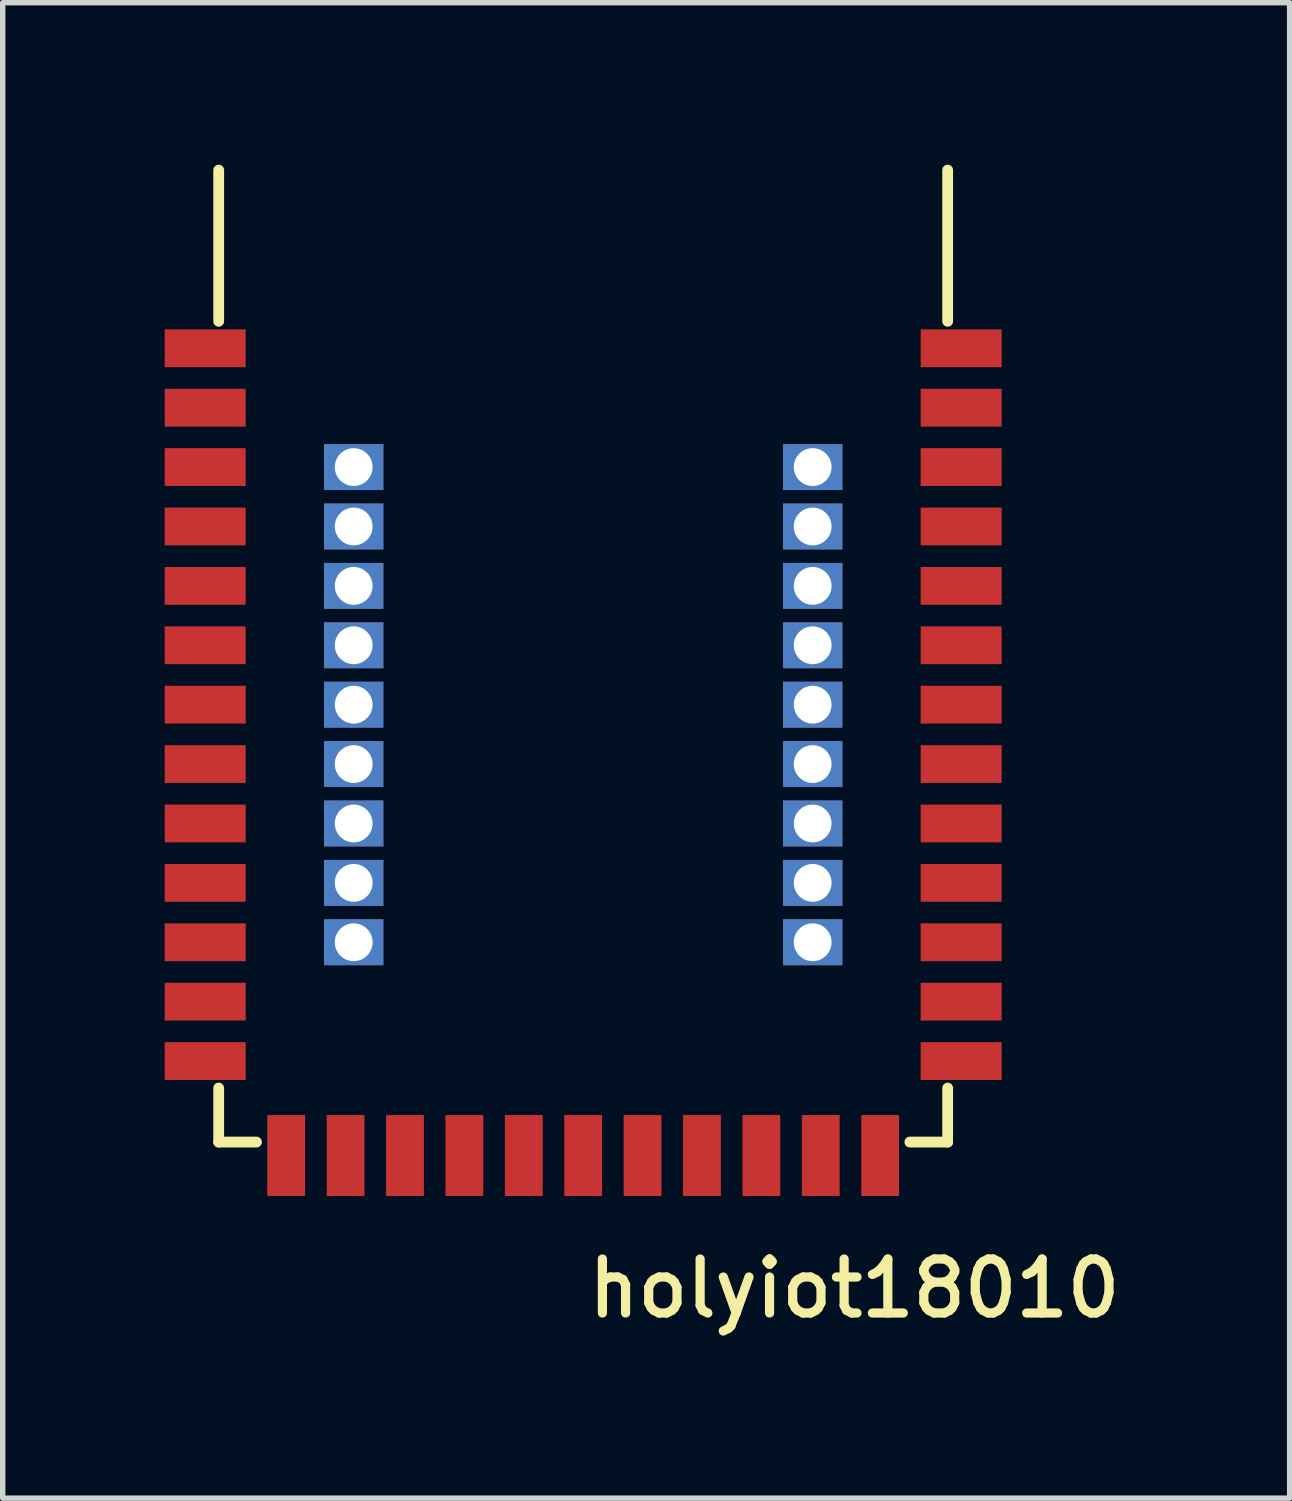
<source format=kicad_pcb>
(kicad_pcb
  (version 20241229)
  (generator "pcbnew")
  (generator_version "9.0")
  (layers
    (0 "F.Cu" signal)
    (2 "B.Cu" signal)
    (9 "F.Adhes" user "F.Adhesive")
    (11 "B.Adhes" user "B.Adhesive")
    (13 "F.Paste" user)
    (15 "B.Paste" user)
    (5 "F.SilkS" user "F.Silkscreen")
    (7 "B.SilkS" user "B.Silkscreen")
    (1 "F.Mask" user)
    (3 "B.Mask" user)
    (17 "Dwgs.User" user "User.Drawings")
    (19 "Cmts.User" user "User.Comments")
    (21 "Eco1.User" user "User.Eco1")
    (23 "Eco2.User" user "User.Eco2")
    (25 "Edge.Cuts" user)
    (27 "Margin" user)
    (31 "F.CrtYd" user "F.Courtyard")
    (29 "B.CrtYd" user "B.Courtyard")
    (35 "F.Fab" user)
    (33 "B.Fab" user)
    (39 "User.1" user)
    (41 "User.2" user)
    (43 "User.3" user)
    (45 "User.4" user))
  (footprint "holyiot18010"
    (layer "F.Cu")
    (at 14.5 3.4)
    (property "Reference" "holyiot18010" (at -1.727 17.412 0) (layer "F.SilkS") (effects (font (size 1 1) (thickness 0.17))))
    (attr through_hole)
    (fp_line (start -13.5 -0.5) (end -13.5 -3.3) (stroke (width 0.2) (type solid)) (layer "F.SilkS"))
    (fp_line (start -13.5 14.7) (end -13.5 13.7) (stroke (width 0.2) (type solid)) (layer "F.SilkS"))
    (fp_line (start -12.8 14.7) (end -13.5 14.7) (stroke (width 0.2) (type solid)) (layer "F.SilkS"))
    (fp_line (start -0.7 14.7) (end 0 14.7) (stroke (width 0.2) (type solid)) (layer "F.SilkS"))
    (fp_line (start 0 -0.5) (end 0 -3.3) (stroke (width 0.2) (type solid)) (layer "F.SilkS"))
    (fp_line (start 0 14.7) (end 0 13.7) (stroke (width 0.2) (type solid)) (layer "F.SilkS"))
    (pad "1" smd rect (at -13.5 0) (size 1.5 0.7) (drill (offset -0.25 0)) (layers "F.Cu" "F.Mask" "F.Paste"))
    (pad "1" smd rect (at 0 0) (size 1.5 0.7) (drill (offset 0.25 0)) (layers "F.Cu" "F.Mask" "F.Paste"))
    (pad "1" smd rect (at 0 13.2) (size 1.5 0.7) (drill (offset 0.25 0)) (layers "F.Cu" "F.Mask" "F.Paste"))
    (pad "2" smd rect (at -13.5 1.1) (size 1.5 0.7) (drill (offset -0.25 0)) (layers "F.Cu" "F.Mask" "F.Paste"))
    (pad "3" smd rect (at -13.5 2.2) (size 1.5 0.7) (drill (offset -0.25 0)) (layers "F.Cu" "F.Mask" "F.Paste"))
    (pad "4" smd rect (at -13.5 3.3) (size 1.5 0.7) (drill (offset -0.25 0)) (layers "F.Cu" "F.Mask" "F.Paste"))
    (pad "5" smd rect (at -13.5 4.4) (size 1.5 0.7) (drill (offset -0.25 0)) (layers "F.Cu" "F.Mask" "F.Paste"))
    (pad "6" smd rect (at -13.5 5.5) (size 1.5 0.7) (drill (offset -0.25 0)) (layers "F.Cu" "F.Mask" "F.Paste"))
    (pad "7" smd rect (at -13.5 6.6) (size 1.5 0.7) (drill (offset -0.25 0)) (layers "F.Cu" "F.Mask" "F.Paste"))
    (pad "8" smd rect (at -13.5 7.7) (size 1.5 0.7) (drill (offset -0.25 0)) (layers "F.Cu" "F.Mask" "F.Paste"))
    (pad "9" smd rect (at -13.5 8.8) (size 1.5 0.7) (drill (offset -0.25 0)) (layers "F.Cu" "F.Mask" "F.Paste"))
    (pad "10" smd rect (at -13.5 9.9) (size 1.5 0.7) (drill (offset -0.25 0)) (layers "F.Cu" "F.Mask" "F.Paste"))
    (pad "11" smd rect (at -13.5 11) (size 1.5 0.7) (drill (offset -0.25 0)) (layers "F.Cu" "F.Mask" "F.Paste"))
    (pad "12" smd rect (at -13.5 12.1) (size 1.5 0.7) (drill (offset -0.25 0)) (layers "F.Cu" "F.Mask" "F.Paste"))
    (pad "13" smd rect (at -13.5 13.2) (size 1.5 0.7) (drill (offset -0.25 0)) (layers "F.Cu" "F.Mask" "F.Paste"))
    (pad "14" thru_hole rect (at -11 2.2) (size 1.1 0.85) (drill 0.7) (layers "*.Cu" "*.Mask"))
    (pad "15" thru_hole rect (at -11 3.3) (size 1.1 0.85) (drill 0.7) (layers "*.Cu" "*.Mask"))
    (pad "16" thru_hole rect (at -11 4.4) (size 1.1 0.85) (drill 0.7) (layers "*.Cu" "*.Mask"))
    (pad "17" thru_hole rect (at -11 5.5) (size 1.1 0.85) (drill 0.7) (layers "*.Cu" "*.Mask"))
    (pad "18" thru_hole rect (at -11 6.6) (size 1.1 0.85) (drill 0.7) (layers "*.Cu" "*.Mask"))
    (pad "19" thru_hole rect (at -11 7.7) (size 1.1 0.85) (drill 0.7) (layers "*.Cu" "*.Mask"))
    (pad "20" thru_hole rect (at -11 8.8) (size 1.1 0.85) (drill 0.7) (layers "*.Cu" "*.Mask"))
    (pad "21" thru_hole rect (at -11 9.9) (size 1.1 0.85) (drill 0.7) (layers "*.Cu" "*.Mask"))
    (pad "22" thru_hole rect (at -11 11) (size 1.1 0.85) (drill 0.7) (layers "*.Cu" "*.Mask"))
    (pad "23" thru_hole rect (at -2.5 2.2) (size 1.1 0.85) (drill 0.7) (layers "*.Cu" "*.Mask"))
    (pad "24" thru_hole rect (at -2.5 3.3) (size 1.1 0.85) (drill 0.7) (layers "*.Cu" "*.Mask"))
    (pad "25" thru_hole rect (at -2.5 4.4) (size 1.1 0.85) (drill 0.7) (layers "*.Cu" "*.Mask"))
    (pad "26" thru_hole rect (at -2.5 5.5) (size 1.1 0.85) (drill 0.7) (layers "*.Cu" "*.Mask"))
    (pad "27" thru_hole rect (at -2.5 6.6) (size 1.1 0.85) (drill 0.7) (layers "*.Cu" "*.Mask"))
    (pad "28" thru_hole rect (at -2.5 7.7) (size 1.1 0.85) (drill 0.7) (layers "*.Cu" "*.Mask"))
    (pad "29" thru_hole rect (at -2.5 8.8) (size 1.1 0.85) (drill 0.7) (layers "*.Cu" "*.Mask"))
    (pad "30" thru_hole rect (at -2.5 9.9) (size 1.1 0.85) (drill 0.7) (layers "*.Cu" "*.Mask"))
    (pad "31" thru_hole rect (at -2.5 11) (size 1.1 0.85) (drill 0.7) (layers "*.Cu" "*.Mask"))
    (pad "33" smd rect (at 0 1.1) (size 1.5 0.7) (drill (offset 0.25 0)) (layers "F.Cu" "F.Mask" "F.Paste"))
    (pad "34" smd rect (at 0 2.2) (size 1.5 0.7) (drill (offset 0.25 0)) (layers "F.Cu" "F.Mask" "F.Paste"))
    (pad "35" smd rect (at 0 3.3) (size 1.5 0.7) (drill (offset 0.25 0)) (layers "F.Cu" "F.Mask" "F.Paste"))
    (pad "36" smd rect (at 0 4.4) (size 1.5 0.7) (drill (offset 0.25 0)) (layers "F.Cu" "F.Mask" "F.Paste"))
    (pad "37" smd rect (at 0 5.5) (size 1.5 0.7) (drill (offset 0.25 0)) (layers "F.Cu" "F.Mask" "F.Paste"))
    (pad "38" smd rect (at 0 6.6) (size 1.5 0.7) (drill (offset 0.25 0)) (layers "F.Cu" "F.Mask" "F.Paste"))
    (pad "39" smd rect (at 0 7.7) (size 1.5 0.7) (drill (offset 0.25 0)) (layers "F.Cu" "F.Mask" "F.Paste"))
    (pad "40" smd rect (at 0 8.8) (size 1.5 0.7) (drill (offset 0.25 0)) (layers "F.Cu" "F.Mask" "F.Paste"))
    (pad "41" smd rect (at 0 9.9) (size 1.5 0.7) (drill (offset 0.25 0)) (layers "F.Cu" "F.Mask" "F.Paste"))
    (pad "42" smd rect (at 0 11) (size 1.5 0.7) (drill (offset 0.25 0)) (layers "F.Cu" "F.Mask" "F.Paste"))
    (pad "43" smd rect (at 0 12.1) (size 1.5 0.7) (drill (offset 0.25 0)) (layers "F.Cu" "F.Mask" "F.Paste"))
    (pad "45" smd rect (at -1.25 14.7) (size 0.7 1.5) (drill (offset 0 0.25)) (layers "F.Cu" "F.Mask" "F.Paste"))
    (pad "46" smd rect (at -2.35 14.7) (size 0.7 1.5) (drill (offset 0 0.25)) (layers "F.Cu" "F.Mask" "F.Paste"))
    (pad "47" smd rect (at -3.45 14.7) (size 0.7 1.5) (drill (offset 0 0.25)) (layers "F.Cu" "F.Mask" "F.Paste"))
    (pad "48" smd rect (at -4.55 14.7) (size 0.7 1.5) (drill (offset 0 0.25)) (layers "F.Cu" "F.Mask" "F.Paste"))
    (pad "49" smd rect (at -5.65 14.7) (size 0.7 1.5) (drill (offset 0 0.25)) (layers "F.Cu" "F.Mask" "F.Paste"))
    (pad "50" smd rect (at -6.75 14.7) (size 0.7 1.5) (drill (offset 0 0.25)) (layers "F.Cu" "F.Mask" "F.Paste"))
    (pad "51" smd rect (at -7.85 14.7) (size 0.7 1.5) (drill (offset 0 0.25)) (layers "F.Cu" "F.Mask" "F.Paste"))
    (pad "52" smd rect (at -8.95 14.7) (size 0.7 1.5) (drill (offset 0 0.25)) (layers "F.Cu" "F.Mask" "F.Paste"))
    (pad "53" smd rect (at -10.05 14.7) (size 0.7 1.5) (drill (offset 0 0.25)) (layers "F.Cu" "F.Mask" "F.Paste"))
    (pad "54" smd rect (at -11.15 14.7) (size 0.7 1.5) (drill (offset 0 0.25)) (layers "F.Cu" "F.Mask" "F.Paste"))
    (pad "55" smd rect (at -12.25 14.7) (size 0.7 1.5) (drill (offset 0 0.25)) (layers "F.Cu" "F.Mask" "F.Paste")))
  (gr_rect
    (start -3 -3)
    (end 20.833 24.695)
    (stroke (width 0.1) (type default))
    (fill no)
    (layer "Edge.Cuts")))
</source>
